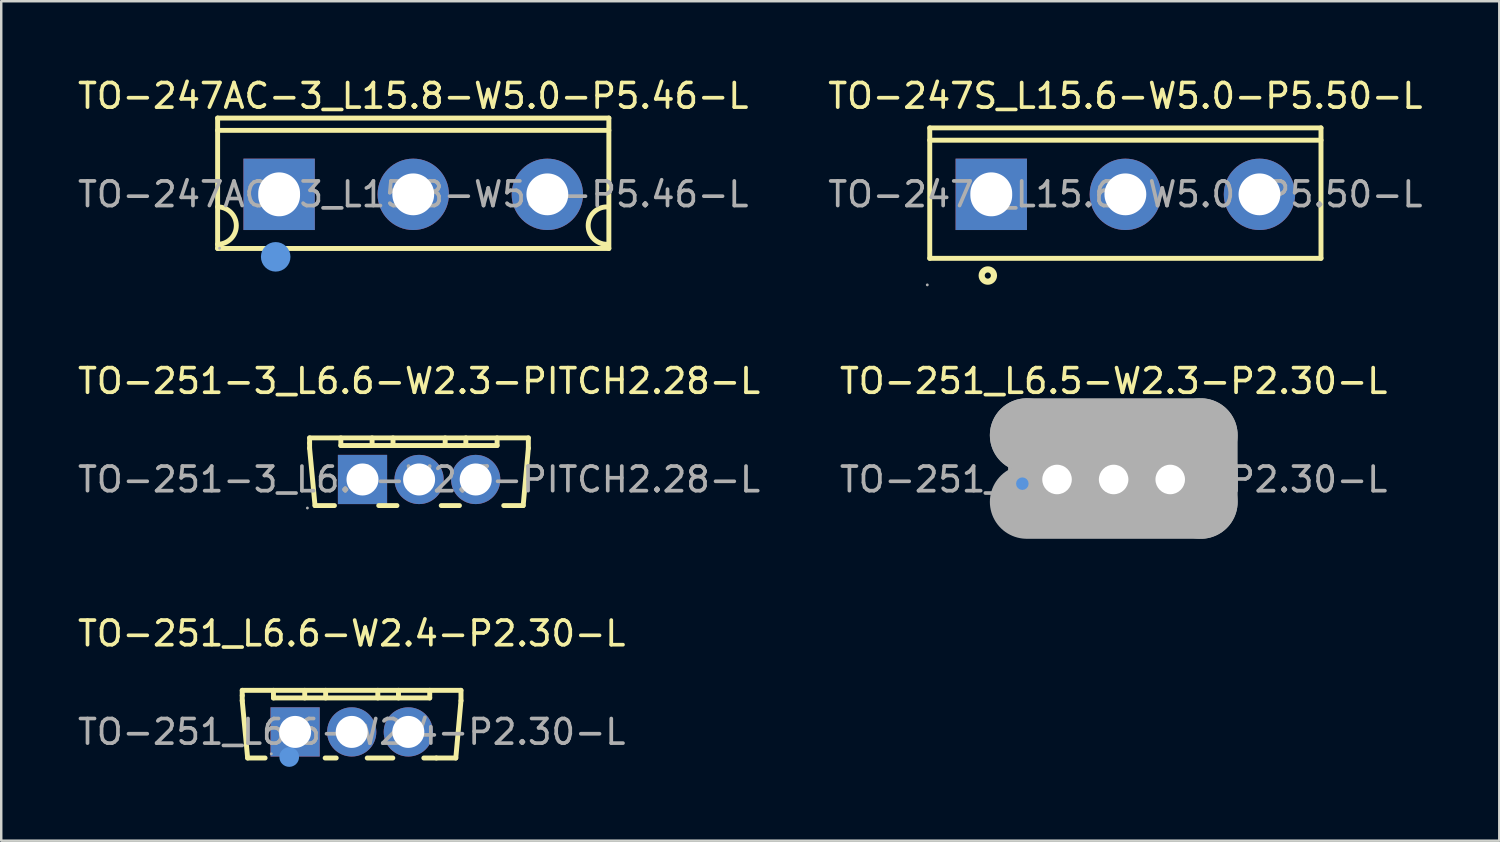
<source format=kicad_pcb>
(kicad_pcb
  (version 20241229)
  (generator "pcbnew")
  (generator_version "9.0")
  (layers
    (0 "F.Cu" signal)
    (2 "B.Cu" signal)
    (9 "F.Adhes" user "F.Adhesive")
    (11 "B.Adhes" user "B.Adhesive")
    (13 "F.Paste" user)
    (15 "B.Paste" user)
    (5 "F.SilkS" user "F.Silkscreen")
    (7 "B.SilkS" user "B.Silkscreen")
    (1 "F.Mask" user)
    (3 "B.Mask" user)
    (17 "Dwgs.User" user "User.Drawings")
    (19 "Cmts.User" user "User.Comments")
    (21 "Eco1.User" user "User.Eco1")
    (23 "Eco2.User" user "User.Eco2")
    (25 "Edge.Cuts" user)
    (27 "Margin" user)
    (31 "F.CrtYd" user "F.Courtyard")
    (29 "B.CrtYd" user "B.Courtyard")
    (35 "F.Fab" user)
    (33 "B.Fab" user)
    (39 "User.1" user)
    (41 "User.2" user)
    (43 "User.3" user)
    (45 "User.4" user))
  (footprint "TO-247S_L15.6-W5.0-P5.50-L"
    (layer "F.Cu")
    (at 42.685 4.848)
    (property "Reference" "TO-247S_L15.6-W5.0-P5.50-L" (at 0 -4 0) (layer "F.SilkS") (effects (font (size 1 1) (thickness 0.15))))
    (attr through_hole)
    (fp_line (start -7.95 -2.7) (end -7.95 2.6) (stroke (width 0.2) (type solid)) (layer "F.SilkS"))
    (fp_line (start -7.95 -2.2) (end 7.95 -2.2) (stroke (width 0.2) (type solid)) (layer "F.SilkS"))
    (fp_line (start -7.95 2.6) (end 7.95 2.6) (stroke (width 0.2) (type solid)) (layer "F.SilkS"))
    (fp_line (start 7.95 -2.7) (end -7.95 -2.7) (stroke (width 0.2) (type solid)) (layer "F.SilkS"))
    (fp_line (start 7.95 2.6) (end 7.95 -2.7) (stroke (width 0.2) (type solid)) (layer "F.SilkS"))
    (fp_circle (center -5.59 3.3) (end -5.34 3.3) (stroke (width 0.25) (type solid)) (fill no) (layer "F.SilkS"))
    (fp_circle (center -8.05 3.68) (end -8.02 3.68) (stroke (width 0.06) (type solid)) (fill no) (layer "F.Fab"))
    (fp_circle (center 0 0) (end 0.38 0) (stroke (width 0.75) (type solid)) (fill no) (layer "F.Fab"))
    (fp_circle (center 5.45 0) (end 5.83 0) (stroke (width 0.75) (type solid)) (fill no) (layer "F.Fab"))
    (fp_text user "${REFERENCE}" (at 0 0 0) (layer "F.Fab") (effects (font (size 1 1) (thickness 0.15))))
    (pad "1" thru_hole rect (at -5.45 0) (size 2.9 2.9) (drill oval 1.7 1.785) (layers "*.Cu" "*.Paste" "*.Mask"))
    (pad "2" thru_hole circle (at 0 0) (size 2.9 2.9) (drill 1.7) (layers "*.Cu" "*.Paste" "*.Mask"))
    (pad "3" thru_hole circle (at 5.45 0) (size 2.9 2.9) (drill 1.7) (layers "*.Cu" "*.Paste" "*.Mask")))
  (footprint "TO-251_L6.6-W2.4-P2.30-L"
    (layer "F.Cu")
    (at 11.244 26.695)
    (property "Reference" "TO-251_L6.6-W2.4-P2.30-L" (at 0 -4 0) (layer "F.SilkS") (effects (font (size 1 1) (thickness 0.15))))
    (attr through_hole)
    (fp_line (start -4.45 -1.69) (end -4.45 -1.48) (stroke (width 0.2) (type solid)) (layer "F.SilkS"))
    (fp_line (start -4.45 -1.48) (end -4.45 -1.27) (stroke (width 0.2) (type solid)) (layer "F.SilkS"))
    (fp_line (start -4.45 -1.27) (end -4.23 1.06) (stroke (width 0.2) (type solid)) (layer "F.SilkS"))
    (fp_line (start -4.23 1.06) (end -3.52 1.06) (stroke (width 0.2) (type solid)) (layer "F.SilkS"))
    (fp_line (start -3.18 -1.69) (end -3.18 -1.38) (stroke (width 0.2) (type solid)) (layer "F.SilkS"))
    (fp_line (start -3.18 -1.38) (end 3.17 -1.38) (stroke (width 0.2) (type solid)) (layer "F.SilkS"))
    (fp_line (start -1.91 -1.38) (end -1.91 -1.69) (stroke (width 0.2) (type solid)) (layer "F.SilkS"))
    (fp_line (start -1.08 1.06) (end -0.63 1.06) (stroke (width 0.2) (type solid)) (layer "F.SilkS"))
    (fp_line (start -1.06 -1.38) (end -1.06 -1.69) (stroke (width 0.2) (type solid)) (layer "F.SilkS"))
    (fp_line (start 0.63 1.06) (end 1.67 1.06) (stroke (width 0.2) (type solid)) (layer "F.SilkS"))
    (fp_line (start 1.06 -1.38) (end 1.06 -1.69) (stroke (width 0.2) (type solid)) (layer "F.SilkS"))
    (fp_line (start 1.9 -1.38) (end 1.9 -1.69) (stroke (width 0.2) (type solid)) (layer "F.SilkS"))
    (fp_line (start 2.93 1.06) (end 3.44 1.06) (stroke (width 0.2) (type solid)) (layer "F.SilkS"))
    (fp_line (start 3.17 -1.38) (end 3.17 -1.69) (stroke (width 0.2) (type solid)) (layer "F.SilkS"))
    (fp_line (start 3.44 1.06) (end 4.23 1.06) (stroke (width 0.2) (type solid)) (layer "F.SilkS"))
    (fp_line (start 4.23 1.06) (end 4.44 -1.27) (stroke (width 0.2) (type solid)) (layer "F.SilkS"))
    (fp_line (start 4.44 -1.69) (end -4.45 -1.69) (stroke (width 0.2) (type solid)) (layer "F.SilkS"))
    (fp_line (start 4.44 -1.27) (end 4.44 -1.69) (stroke (width 0.2) (type solid)) (layer "F.SilkS"))
    (fp_circle (center -2.54 1.02) (end -2.34 1.02) (stroke (width 0.4) (type solid)) (fill no) (layer "Cmts.User"))
    (fp_circle (center -3.27 0.89) (end -3.24 0.89) (stroke (width 0.06) (type solid)) (fill no) (layer "F.Fab"))
    (fp_text user "${REFERENCE}" (at 0 0 0) (layer "F.Fab") (effects (font (size 1 1) (thickness 0.15))))
    (pad "1" thru_hole rect (at -2.3 0) (size 2 2) (drill 1.3) (layers "*.Cu" "*.Paste" "*.Mask"))
    (pad "2" thru_hole circle (at 0 0) (size 2 2) (drill 1.3) (layers "*.Cu" "*.Paste" "*.Mask"))
    (pad "3" thru_hole circle (at 2.3 0) (size 2 2) (drill 1.3) (layers "*.Cu" "*.Paste" "*.Mask")))
  (footprint "TO-251_L6.5-W2.3-P2.30-L"
    (layer "F.Cu")
    (at 42.208 16.436)
    (property "Reference" "TO-251_L6.5-W2.3-P2.30-L" (at 0 -4 0) (layer "F.SilkS") (effects (font (size 1 1) (thickness 0.15))))
    (attr through_hole)
    (fp_line (start 3.54 -1.29) (end -3.46 -1.29) (stroke (width 0.25) (type solid)) (layer "F.SilkS"))
    (fp_circle (center -4.06 0.19) (end -3.89 0.19) (stroke (width 0.25) (type solid)) (fill no) (layer "F.SilkS"))
    (fp_circle (center -3.71 0.17) (end -3.58 0.17) (stroke (width 0.25) (type solid)) (fill no) (layer "Cmts.User"))
    (fp_line (start -3.53 -1.8) (end -3.53 -1.8) (stroke (width 3) (type solid)) (layer "F.Fab"))
    (fp_line (start -3.53 -1.8) (end 3.54 -1.8) (stroke (width 3) (type solid)) (layer "F.Fab"))
    (fp_line (start 3.54 -1.8) (end 3.54 0.91) (stroke (width 3) (type solid)) (layer "F.Fab"))
    (fp_line (start 3.54 0.91) (end -3.53 0.91) (stroke (width 3) (type solid)) (layer "F.Fab"))
    (fp_circle (center -3.25 0.72) (end -3.22 0.72) (stroke (width 0.06) (type solid)) (fill no) (layer "F.Fab"))
    (fp_text user "${REFERENCE}" (at 0 0 0) (layer "F.Fab") (effects (font (size 1 1) (thickness 0.15))))
    (pad "1" thru_hole rect (at -2.3 0) (size 1.6 2) (drill 1.2) (layers "*.Cu" "*.Paste" "*.Mask"))
    (pad "2" thru_hole oval (at 0 0) (size 1.6 2) (drill 1.2) (layers "*.Cu" "*.Paste" "*.Mask"))
    (pad "3" thru_hole oval (at 2.3 0) (size 1.6 2) (drill 1.2) (layers "*.Cu" "*.Paste" "*.Mask")))
  (footprint "TO-251-3_L6.6-W2.3-PITCH2.28-L"
    (layer "F.Cu")
    (at 13.982 16.436)
    (property "Reference" "TO-251-3_L6.6-W2.3-PITCH2.28-L" (at 0 -4 0) (layer "F.SilkS") (effects (font (size 1 1) (thickness 0.15))))
    (attr through_hole)
    (fp_line (start -4.45 -1.69) (end -4.45 -1.48) (stroke (width 0.2) (type solid)) (layer "F.SilkS"))
    (fp_line (start -4.45 -1.48) (end -4.45 -1.27) (stroke (width 0.2) (type solid)) (layer "F.SilkS"))
    (fp_line (start -4.45 -1.27) (end -4.23 1.06) (stroke (width 0.2) (type solid)) (layer "F.SilkS"))
    (fp_line (start -4.23 1.06) (end -3.44 1.06) (stroke (width 0.2) (type solid)) (layer "F.SilkS"))
    (fp_line (start -3.18 -1.69) (end -3.18 -1.38) (stroke (width 0.2) (type solid)) (layer "F.SilkS"))
    (fp_line (start -3.18 -1.38) (end 3.17 -1.38) (stroke (width 0.2) (type solid)) (layer "F.SilkS"))
    (fp_line (start -1.91 -1.38) (end -1.91 -1.69) (stroke (width 0.2) (type solid)) (layer "F.SilkS"))
    (fp_line (start -1.64 1.06) (end -0.9 1.06) (stroke (width 0.2) (type solid)) (layer "F.SilkS"))
    (fp_line (start -1.06 -1.38) (end -1.06 -1.69) (stroke (width 0.2) (type solid)) (layer "F.SilkS"))
    (fp_line (start 0.9 1.06) (end 1.64 1.06) (stroke (width 0.2) (type solid)) (layer "F.SilkS"))
    (fp_line (start 1.06 -1.38) (end 1.06 -1.69) (stroke (width 0.2) (type solid)) (layer "F.SilkS"))
    (fp_line (start 1.9 -1.38) (end 1.9 -1.69) (stroke (width 0.2) (type solid)) (layer "F.SilkS"))
    (fp_line (start 3.17 -1.38) (end 3.17 -1.69) (stroke (width 0.2) (type solid)) (layer "F.SilkS"))
    (fp_line (start 3.44 1.06) (end 4.23 1.06) (stroke (width 0.2) (type solid)) (layer "F.SilkS"))
    (fp_line (start 4.23 1.06) (end 4.44 -1.27) (stroke (width 0.2) (type solid)) (layer "F.SilkS"))
    (fp_line (start 4.44 -1.69) (end -4.45 -1.69) (stroke (width 0.2) (type solid)) (layer "F.SilkS"))
    (fp_line (start 4.44 -1.27) (end 4.44 -1.69) (stroke (width 0.2) (type solid)) (layer "F.SilkS"))
    (fp_circle (center -4.54 1.16) (end -4.51 1.16) (stroke (width 0.06) (type solid)) (fill no) (layer "F.Fab"))
    (fp_circle (center -2.3 0) (end -2.02 0) (stroke (width 0.55) (type solid)) (fill no) (layer "F.Fab"))
    (fp_circle (center 0 0) (end 0.28 0) (stroke (width 0.55) (type solid)) (fill no) (layer "F.Fab"))
    (fp_circle (center 2.3 0) (end 2.58 0) (stroke (width 0.55) (type solid)) (fill no) (layer "F.Fab"))
    (fp_text user "${REFERENCE}" (at 0 0 0) (layer "F.Fab") (effects (font (size 1 1) (thickness 0.15))))
    (pad "1" thru_hole rect (at -2.3 0) (size 2 2) (drill 1.3) (layers "*.Cu" "*.Paste" "*.Mask"))
    (pad "2" thru_hole circle (at 0 0) (size 2 2) (drill 1.3) (layers "*.Cu" "*.Paste" "*.Mask"))
    (pad "3" thru_hole circle (at 2.3 0) (size 2 2) (drill 1.3) (layers "*.Cu" "*.Paste" "*.Mask")))
  (footprint "TO-247AC-3_L15.8-W5.0-P5.46-L"
    (layer "F.Cu")
    (at 13.744 4.848)
    (property "Reference" "TO-247AC-3_L15.8-W5.0-P5.46-L" (at 0 -4 0) (layer "F.SilkS") (effects (font (size 1 1) (thickness 0.15))))
    (attr through_hole)
    (fp_line (start -7.95 -3.1) (end -7.95 2.2) (stroke (width 0.2) (type solid)) (layer "F.SilkS"))
    (fp_line (start -7.95 -2.6) (end 7.95 -2.6) (stroke (width 0.2) (type solid)) (layer "F.SilkS"))
    (fp_line (start -7.95 2.2) (end 7.95 2.2) (stroke (width 0.2) (type solid)) (layer "F.SilkS"))
    (fp_line (start 7.95 -3.1) (end -7.95 -3.1) (stroke (width 0.2) (type solid)) (layer "F.SilkS"))
    (fp_line (start 7.95 2.2) (end 7.95 -3.1) (stroke (width 0.2) (type solid)) (layer "F.SilkS"))
    (fp_arc (start -7.95 0.51) (mid -7.19 1.27) (end -7.95 2.03) (stroke (width 0.2) (type solid)) (layer "F.SilkS"))
    (fp_arc (start 7.87 2.03) (mid 7.11 1.27) (end 7.87 0.51) (stroke (width 0.2) (type solid)) (layer "F.SilkS"))
    (fp_circle (center -5.59 2.54) (end -5.29 2.54) (stroke (width 0.6) (type solid)) (fill no) (layer "Cmts.User"))
    (fp_circle (center -7.87 2.19) (end -7.84 2.19) (stroke (width 0.06) (type solid)) (fill no) (layer "F.Fab"))
    (fp_text user "${REFERENCE}" (at 0 0 0) (layer "F.Fab") (effects (font (size 1 1) (thickness 0.15))))
    (pad "1" thru_hole rect (at -5.45 0) (size 2.9 2.9) (drill oval 1.7 1.785) (layers "*.Cu" "*.Paste" "*.Mask"))
    (pad "2" thru_hole circle (at 0 0) (size 2.9 2.9) (drill 1.7) (layers "*.Cu" "*.Paste" "*.Mask"))
    (pad "3" thru_hole circle (at 5.45 0) (size 2.9 2.9) (drill 1.7) (layers "*.Cu" "*.Paste" "*.Mask")))
  (gr_rect
    (start -3 -3)
    (end 57.881 31.115)
    (stroke (width 0.1) (type default))
    (fill no)
    (layer "Edge.Cuts")))
</source>
